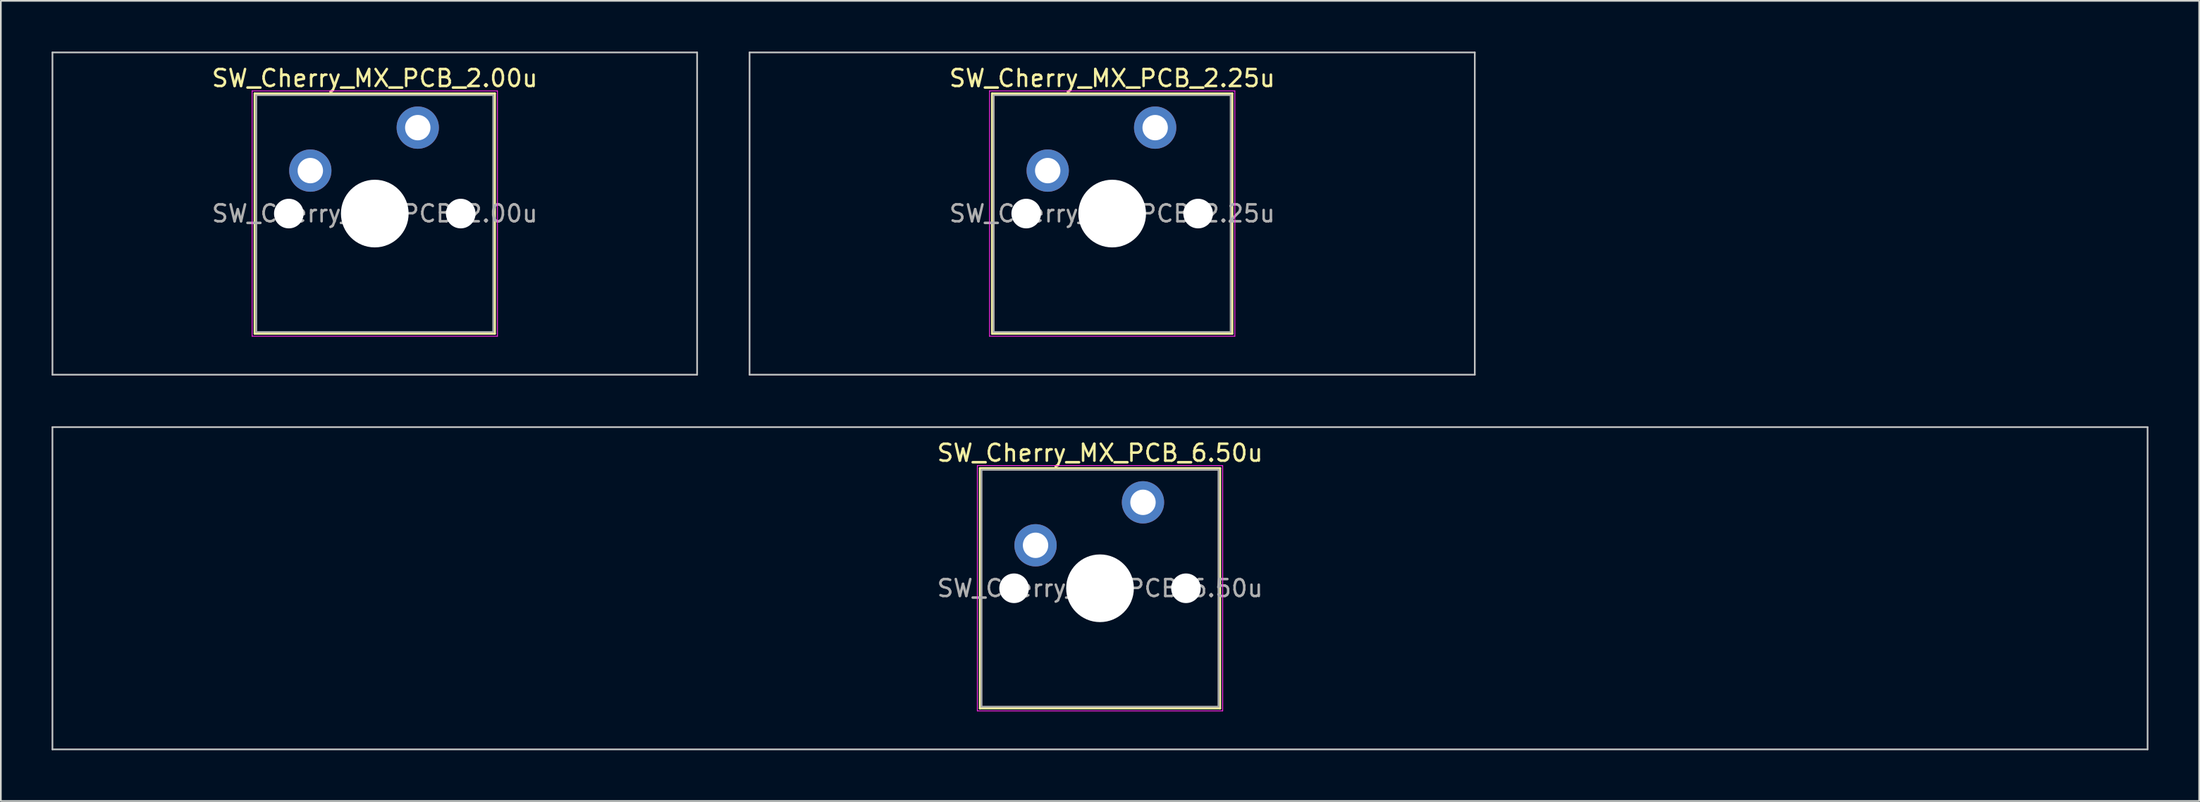
<source format=kicad_pcb>
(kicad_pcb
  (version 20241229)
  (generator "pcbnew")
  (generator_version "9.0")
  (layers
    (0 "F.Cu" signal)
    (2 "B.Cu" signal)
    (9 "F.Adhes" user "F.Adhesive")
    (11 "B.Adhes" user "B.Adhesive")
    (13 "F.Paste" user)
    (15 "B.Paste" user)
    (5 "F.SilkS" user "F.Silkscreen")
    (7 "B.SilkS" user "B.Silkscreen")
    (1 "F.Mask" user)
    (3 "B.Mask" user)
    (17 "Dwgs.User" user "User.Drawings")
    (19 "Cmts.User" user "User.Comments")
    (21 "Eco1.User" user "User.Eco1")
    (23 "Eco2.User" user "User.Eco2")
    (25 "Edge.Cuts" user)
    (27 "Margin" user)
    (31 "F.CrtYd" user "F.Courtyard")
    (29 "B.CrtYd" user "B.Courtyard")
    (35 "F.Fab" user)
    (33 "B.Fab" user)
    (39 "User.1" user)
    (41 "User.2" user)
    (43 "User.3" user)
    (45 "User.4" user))
  (footprint "SW_Cherry_MX_PCB_6.50u"
    (layer "F.Cu")
    (at 61.962 31.725)
    (property "Reference" "SW_Cherry_MX_PCB_6.50u" (at 0 -8 0) (layer "F.SilkS") (effects (font (size 1 1) (thickness 0.15))))
    (attr through_hole)
    (fp_line (start -7.1 -7.1) (end -7.1 7.1) (stroke (width 0.12) (type solid)) (layer "F.SilkS"))
    (fp_line (start -7.1 7.1) (end 7.1 7.1) (stroke (width 0.12) (type solid)) (layer "F.SilkS"))
    (fp_line (start 7.1 -7.1) (end -7.1 -7.1) (stroke (width 0.12) (type solid)) (layer "F.SilkS"))
    (fp_line (start 7.1 7.1) (end 7.1 -7.1) (stroke (width 0.12) (type solid)) (layer "F.SilkS"))
    (fp_line (start -61.913 -9.525) (end -61.913 9.525) (stroke (width 0.1) (type solid)) (layer "Dwgs.User"))
    (fp_line (start -61.913 9.525) (end 61.913 9.525) (stroke (width 0.1) (type solid)) (layer "Dwgs.User"))
    (fp_line (start 61.913 -9.525) (end -61.913 -9.525) (stroke (width 0.1) (type solid)) (layer "Dwgs.User"))
    (fp_line (start 61.913 9.525) (end 61.913 -9.525) (stroke (width 0.1) (type solid)) (layer "Dwgs.User"))
    (fp_line (start -7 -7) (end -7 7) (stroke (width 0.1) (type solid)) (layer "Eco1.User"))
    (fp_line (start -7 7) (end 7 7) (stroke (width 0.1) (type solid)) (layer "Eco1.User"))
    (fp_line (start 7 -7) (end -7 -7) (stroke (width 0.1) (type solid)) (layer "Eco1.User"))
    (fp_line (start 7 7) (end 7 -7) (stroke (width 0.1) (type solid)) (layer "Eco1.User"))
    (fp_line (start -7.25 -7.25) (end -7.25 7.25) (stroke (width 0.05) (type solid)) (layer "F.CrtYd"))
    (fp_line (start -7.25 7.25) (end 7.25 7.25) (stroke (width 0.05) (type solid)) (layer "F.CrtYd"))
    (fp_line (start 7.25 -7.25) (end -7.25 -7.25) (stroke (width 0.05) (type solid)) (layer "F.CrtYd"))
    (fp_line (start 7.25 7.25) (end 7.25 -7.25) (stroke (width 0.05) (type solid)) (layer "F.CrtYd"))
    (fp_line (start -7 -7) (end -7 7) (stroke (width 0.1) (type solid)) (layer "F.Fab"))
    (fp_line (start -7 7) (end 7 7) (stroke (width 0.1) (type solid)) (layer "F.Fab"))
    (fp_line (start 7 -7) (end -7 -7) (stroke (width 0.1) (type solid)) (layer "F.Fab"))
    (fp_line (start 7 7) (end 7 -7) (stroke (width 0.1) (type solid)) (layer "F.Fab"))
    (fp_text user "${REFERENCE}" (at 0 0 0) (layer "F.Fab") (effects (font (size 1 1) (thickness 0.15))))
    (pad "" np_thru_hole circle (at -5.08 0) (size 1.75 1.75) (drill 1.75) (layers "*.Cu" "*.Mask"))
    (pad "" np_thru_hole circle (at 0 0) (size 4 4) (drill 4) (layers "*.Cu" "*.Mask"))
    (pad "" np_thru_hole circle (at 5.08 0) (size 1.75 1.75) (drill 1.75) (layers "*.Cu" "*.Mask"))
    (pad "1" thru_hole circle (at -3.81 -2.54) (size 2.5 2.5) (drill 1.5) (layers "*.Cu" "B.Mask"))
    (pad "2" thru_hole circle (at 2.54 -5.08) (size 2.5 2.5) (drill 1.5) (layers "*.Cu" "B.Mask")))
  (footprint "SW_Cherry_MX_PCB_2.25u"
    (layer "F.Cu")
    (at 62.681 9.575)
    (property "Reference" "SW_Cherry_MX_PCB_2.25u" (at 0 -8 0) (layer "F.SilkS") (effects (font (size 1 1) (thickness 0.15))))
    (attr through_hole)
    (fp_line (start -7.1 -7.1) (end -7.1 7.1) (stroke (width 0.12) (type solid)) (layer "F.SilkS"))
    (fp_line (start -7.1 7.1) (end 7.1 7.1) (stroke (width 0.12) (type solid)) (layer "F.SilkS"))
    (fp_line (start 7.1 -7.1) (end -7.1 -7.1) (stroke (width 0.12) (type solid)) (layer "F.SilkS"))
    (fp_line (start 7.1 7.1) (end 7.1 -7.1) (stroke (width 0.12) (type solid)) (layer "F.SilkS"))
    (fp_line (start -21.431 -9.525) (end -21.431 9.525) (stroke (width 0.1) (type solid)) (layer "Dwgs.User"))
    (fp_line (start -21.431 9.525) (end 21.431 9.525) (stroke (width 0.1) (type solid)) (layer "Dwgs.User"))
    (fp_line (start 21.431 -9.525) (end -21.431 -9.525) (stroke (width 0.1) (type solid)) (layer "Dwgs.User"))
    (fp_line (start 21.431 9.525) (end 21.431 -9.525) (stroke (width 0.1) (type solid)) (layer "Dwgs.User"))
    (fp_line (start -7 -7) (end -7 7) (stroke (width 0.1) (type solid)) (layer "Eco1.User"))
    (fp_line (start -7 7) (end 7 7) (stroke (width 0.1) (type solid)) (layer "Eco1.User"))
    (fp_line (start 7 -7) (end -7 -7) (stroke (width 0.1) (type solid)) (layer "Eco1.User"))
    (fp_line (start 7 7) (end 7 -7) (stroke (width 0.1) (type solid)) (layer "Eco1.User"))
    (fp_line (start -7.25 -7.25) (end -7.25 7.25) (stroke (width 0.05) (type solid)) (layer "F.CrtYd"))
    (fp_line (start -7.25 7.25) (end 7.25 7.25) (stroke (width 0.05) (type solid)) (layer "F.CrtYd"))
    (fp_line (start 7.25 -7.25) (end -7.25 -7.25) (stroke (width 0.05) (type solid)) (layer "F.CrtYd"))
    (fp_line (start 7.25 7.25) (end 7.25 -7.25) (stroke (width 0.05) (type solid)) (layer "F.CrtYd"))
    (fp_line (start -7 -7) (end -7 7) (stroke (width 0.1) (type solid)) (layer "F.Fab"))
    (fp_line (start -7 7) (end 7 7) (stroke (width 0.1) (type solid)) (layer "F.Fab"))
    (fp_line (start 7 -7) (end -7 -7) (stroke (width 0.1) (type solid)) (layer "F.Fab"))
    (fp_line (start 7 7) (end 7 -7) (stroke (width 0.1) (type solid)) (layer "F.Fab"))
    (fp_text user "${REFERENCE}" (at 0 0 0) (layer "F.Fab") (effects (font (size 1 1) (thickness 0.15))))
    (pad "" np_thru_hole circle (at -5.08 0) (size 1.75 1.75) (drill 1.75) (layers "*.Cu" "*.Mask"))
    (pad "" np_thru_hole circle (at 0 0) (size 4 4) (drill 4) (layers "*.Cu" "*.Mask"))
    (pad "" np_thru_hole circle (at 5.08 0) (size 1.75 1.75) (drill 1.75) (layers "*.Cu" "*.Mask"))
    (pad "1" thru_hole circle (at -3.81 -2.54) (size 2.5 2.5) (drill 1.5) (layers "*.Cu" "B.Mask"))
    (pad "2" thru_hole circle (at 2.54 -5.08) (size 2.5 2.5) (drill 1.5) (layers "*.Cu" "B.Mask")))
  (footprint "SW_Cherry_MX_PCB_2.00u"
    (layer "F.Cu")
    (at 19.1 9.575)
    (property "Reference" "SW_Cherry_MX_PCB_2.00u" (at 0 -8 0) (layer "F.SilkS") (effects (font (size 1 1) (thickness 0.15))))
    (attr through_hole)
    (fp_line (start -7.1 -7.1) (end -7.1 7.1) (stroke (width 0.12) (type solid)) (layer "F.SilkS"))
    (fp_line (start -7.1 7.1) (end 7.1 7.1) (stroke (width 0.12) (type solid)) (layer "F.SilkS"))
    (fp_line (start 7.1 -7.1) (end -7.1 -7.1) (stroke (width 0.12) (type solid)) (layer "F.SilkS"))
    (fp_line (start 7.1 7.1) (end 7.1 -7.1) (stroke (width 0.12) (type solid)) (layer "F.SilkS"))
    (fp_line (start -19.05 -9.525) (end -19.05 9.525) (stroke (width 0.1) (type solid)) (layer "Dwgs.User"))
    (fp_line (start -19.05 9.525) (end 19.05 9.525) (stroke (width 0.1) (type solid)) (layer "Dwgs.User"))
    (fp_line (start 19.05 -9.525) (end -19.05 -9.525) (stroke (width 0.1) (type solid)) (layer "Dwgs.User"))
    (fp_line (start 19.05 9.525) (end 19.05 -9.525) (stroke (width 0.1) (type solid)) (layer "Dwgs.User"))
    (fp_line (start -7 -7) (end -7 7) (stroke (width 0.1) (type solid)) (layer "Eco1.User"))
    (fp_line (start -7 7) (end 7 7) (stroke (width 0.1) (type solid)) (layer "Eco1.User"))
    (fp_line (start 7 -7) (end -7 -7) (stroke (width 0.1) (type solid)) (layer "Eco1.User"))
    (fp_line (start 7 7) (end 7 -7) (stroke (width 0.1) (type solid)) (layer "Eco1.User"))
    (fp_line (start -7.25 -7.25) (end -7.25 7.25) (stroke (width 0.05) (type solid)) (layer "F.CrtYd"))
    (fp_line (start -7.25 7.25) (end 7.25 7.25) (stroke (width 0.05) (type solid)) (layer "F.CrtYd"))
    (fp_line (start 7.25 -7.25) (end -7.25 -7.25) (stroke (width 0.05) (type solid)) (layer "F.CrtYd"))
    (fp_line (start 7.25 7.25) (end 7.25 -7.25) (stroke (width 0.05) (type solid)) (layer "F.CrtYd"))
    (fp_line (start -7 -7) (end -7 7) (stroke (width 0.1) (type solid)) (layer "F.Fab"))
    (fp_line (start -7 7) (end 7 7) (stroke (width 0.1) (type solid)) (layer "F.Fab"))
    (fp_line (start 7 -7) (end -7 -7) (stroke (width 0.1) (type solid)) (layer "F.Fab"))
    (fp_line (start 7 7) (end 7 -7) (stroke (width 0.1) (type solid)) (layer "F.Fab"))
    (fp_text user "${REFERENCE}" (at 0 0 0) (layer "F.Fab") (effects (font (size 1 1) (thickness 0.15))))
    (pad "" np_thru_hole circle (at -5.08 0) (size 1.75 1.75) (drill 1.75) (layers "*.Cu" "*.Mask"))
    (pad "" np_thru_hole circle (at 0 0) (size 4 4) (drill 4) (layers "*.Cu" "*.Mask"))
    (pad "" np_thru_hole circle (at 5.08 0) (size 1.75 1.75) (drill 1.75) (layers "*.Cu" "*.Mask"))
    (pad "1" thru_hole circle (at -3.81 -2.54) (size 2.5 2.5) (drill 1.5) (layers "*.Cu" "B.Mask"))
    (pad "2" thru_hole circle (at 2.54 -5.08) (size 2.5 2.5) (drill 1.5) (layers "*.Cu" "B.Mask")))
  (gr_rect
    (start -3 -3)
    (end 126.925 44.3)
    (stroke (width 0.1) (type default))
    (fill no)
    (layer "Edge.Cuts")))
</source>
